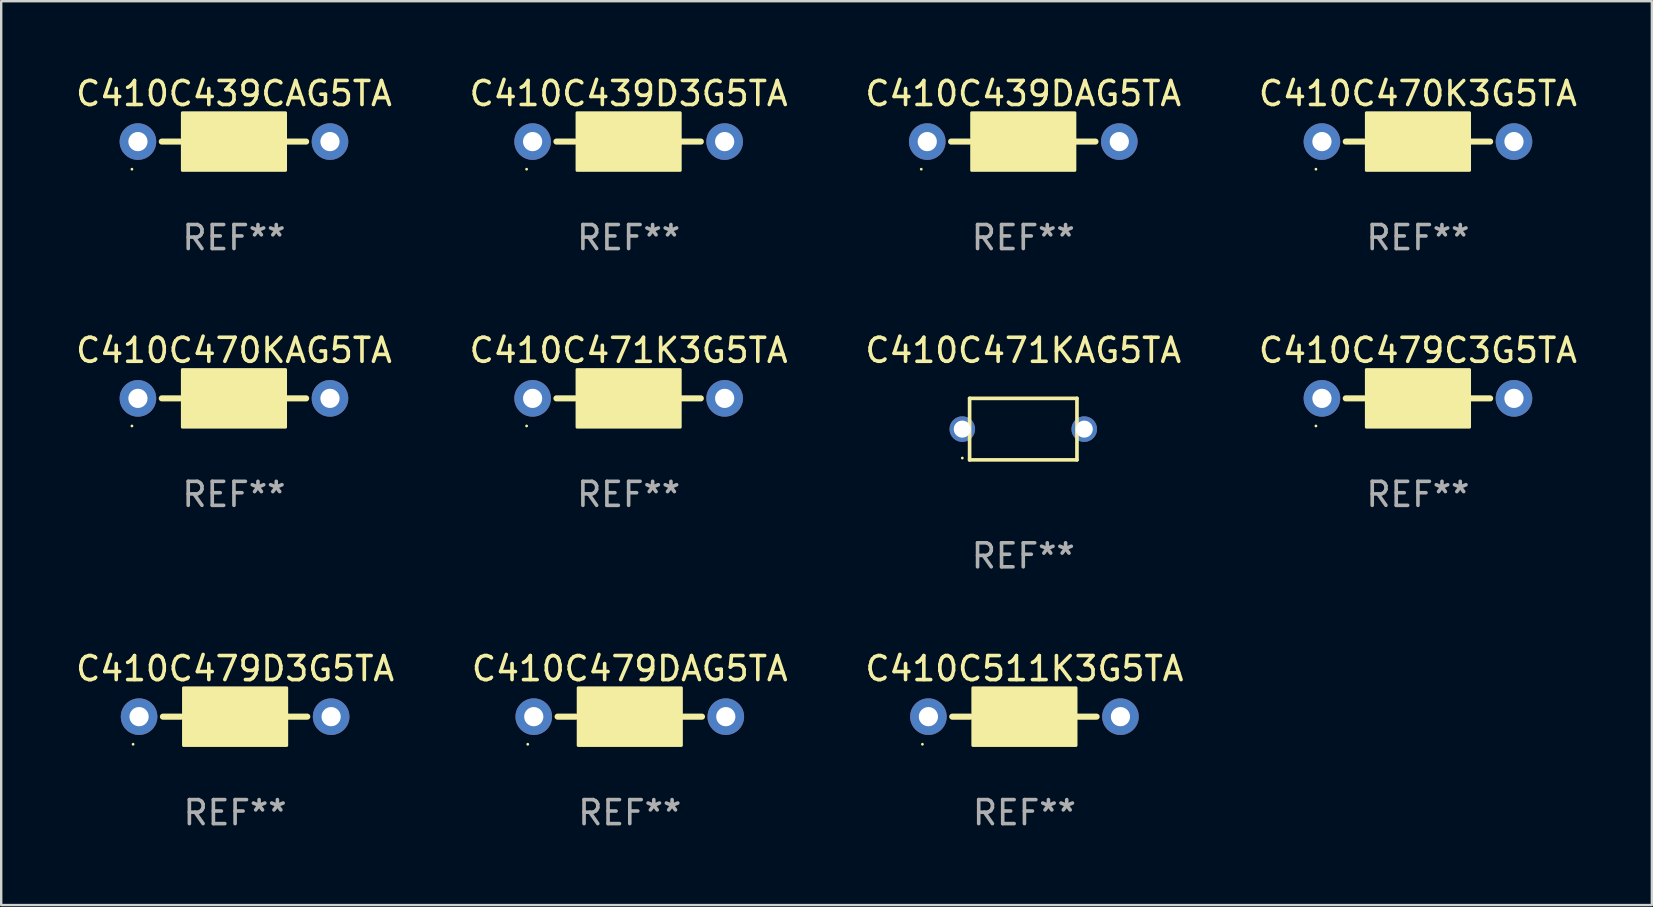
<source format=kicad_pcb>
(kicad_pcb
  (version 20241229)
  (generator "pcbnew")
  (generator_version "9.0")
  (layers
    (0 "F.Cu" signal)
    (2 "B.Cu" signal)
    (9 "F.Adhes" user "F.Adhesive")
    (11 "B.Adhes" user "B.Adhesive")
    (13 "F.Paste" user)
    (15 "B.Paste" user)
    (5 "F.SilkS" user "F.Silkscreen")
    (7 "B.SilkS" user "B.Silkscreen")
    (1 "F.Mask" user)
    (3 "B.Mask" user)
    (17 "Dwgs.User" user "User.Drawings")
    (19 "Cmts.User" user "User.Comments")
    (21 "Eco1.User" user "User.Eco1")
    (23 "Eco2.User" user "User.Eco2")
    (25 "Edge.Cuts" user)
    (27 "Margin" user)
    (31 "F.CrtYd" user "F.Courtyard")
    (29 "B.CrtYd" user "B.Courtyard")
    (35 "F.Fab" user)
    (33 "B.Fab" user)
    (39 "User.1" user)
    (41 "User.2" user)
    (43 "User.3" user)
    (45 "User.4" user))
  (footprint "C410C511K3G5TA"
    (layer "F.Cu")
    (at 39.625 26.804)
    (property "Reference" "C410C511K3G5TA" (at 0 -2 0) (layer "F.SilkS") (effects (font (size 1 1) (thickness 0.15))))
    (attr through_hole)
    (fp_line (start -2.25 0) (end -3.007 0) (stroke (width 0.254) (type solid)) (layer "F.SilkS"))
    (fp_line (start 2.2 0) (end 3.007 0) (stroke (width 0.254) (type solid)) (layer "F.SilkS"))
    (fp_circle (center -4.25 1.15) (end -4.22 1.15) (stroke (width 0.06) (type solid)) (fill no) (layer "F.SilkS"))
    (fp_poly (pts (xy -2.15 -1.2) (xy 2.15 -1.2) (xy 2.15 1.2) (xy -2.15 1.2)) (stroke (width 0.12) (type solid)) (fill yes) (layer "F.SilkS"))
    (fp_text user "REF**" (at 0 4 0) (layer "F.Fab") (effects (font (size 1 1) (thickness 0.15))))
    (pad "1" thru_hole circle (at -4 0) (size 1.524 1.524) (drill 0.8) (layers "*.Cu" "*.Mask"))
    (pad "2" thru_hole circle (at 4 0) (size 1.524 1.524) (drill 0.8) (layers "*.Cu" "*.Mask")))
  (footprint "C410C439DAG5TA"
    (layer "F.Cu")
    (at 39.577 2.848)
    (property "Reference" "C410C439DAG5TA" (at 0 -2 0) (layer "F.SilkS") (effects (font (size 1 1) (thickness 0.15))))
    (attr through_hole)
    (fp_line (start -2.25 0) (end -3.007 0) (stroke (width 0.254) (type solid)) (layer "F.SilkS"))
    (fp_line (start 2.2 0) (end 3.007 0) (stroke (width 0.254) (type solid)) (layer "F.SilkS"))
    (fp_circle (center -4.25 1.15) (end -4.22 1.15) (stroke (width 0.06) (type solid)) (fill no) (layer "F.SilkS"))
    (fp_poly (pts (xy -2.15 -1.2) (xy 2.15 -1.2) (xy 2.15 1.2) (xy -2.15 1.2)) (stroke (width 0.12) (type solid)) (fill yes) (layer "F.SilkS"))
    (fp_text user "REF**" (at 0 4 0) (layer "F.Fab") (effects (font (size 1 1) (thickness 0.15))))
    (pad "1" thru_hole circle (at -4 0) (size 1.524 1.524) (drill 0.8) (layers "*.Cu" "*.Mask"))
    (pad "2" thru_hole circle (at 4 0) (size 1.524 1.524) (drill 0.8) (layers "*.Cu" "*.Mask")))
  (footprint "C410C471K3G5TA"
    (layer "F.Cu")
    (at 23.137 13.545)
    (property "Reference" "C410C471K3G5TA" (at 0 -2 0) (layer "F.SilkS") (effects (font (size 1 1) (thickness 0.15))))
    (attr through_hole)
    (fp_line (start -2.25 0) (end -3.007 0) (stroke (width 0.254) (type solid)) (layer "F.SilkS"))
    (fp_line (start 2.2 0) (end 3.007 0) (stroke (width 0.254) (type solid)) (layer "F.SilkS"))
    (fp_circle (center -4.25 1.15) (end -4.22 1.15) (stroke (width 0.06) (type solid)) (fill no) (layer "F.SilkS"))
    (fp_poly (pts (xy -2.15 -1.2) (xy 2.15 -1.2) (xy 2.15 1.2) (xy -2.15 1.2)) (stroke (width 0.12) (type solid)) (fill yes) (layer "F.SilkS"))
    (fp_text user "REF**" (at 0 4 0) (layer "F.Fab") (effects (font (size 1 1) (thickness 0.15))))
    (pad "1" thru_hole circle (at -4 0) (size 1.524 1.524) (drill 0.8) (layers "*.Cu" "*.Mask"))
    (pad "2" thru_hole circle (at 4 0) (size 1.524 1.524) (drill 0.8) (layers "*.Cu" "*.Mask")))
  (footprint "C410C479D3G5TA"
    (layer "F.Cu")
    (at 6.744 26.804)
    (property "Reference" "C410C479D3G5TA" (at 0 -2 0) (layer "F.SilkS") (effects (font (size 1 1) (thickness 0.15))))
    (attr through_hole)
    (fp_line (start -2.25 0) (end -3.007 0) (stroke (width 0.254) (type solid)) (layer "F.SilkS"))
    (fp_line (start 2.2 0) (end 3.007 0) (stroke (width 0.254) (type solid)) (layer "F.SilkS"))
    (fp_circle (center -4.25 1.15) (end -4.22 1.15) (stroke (width 0.06) (type solid)) (fill no) (layer "F.SilkS"))
    (fp_poly (pts (xy -2.15 -1.2) (xy 2.15 -1.2) (xy 2.15 1.2) (xy -2.15 1.2)) (stroke (width 0.12) (type solid)) (fill yes) (layer "F.SilkS"))
    (fp_text user "REF**" (at 0 4 0) (layer "F.Fab") (effects (font (size 1 1) (thickness 0.15))))
    (pad "1" thru_hole circle (at -4 0) (size 1.524 1.524) (drill 0.8) (layers "*.Cu" "*.Mask"))
    (pad "2" thru_hole circle (at 4 0) (size 1.524 1.524) (drill 0.8) (layers "*.Cu" "*.Mask")))
  (footprint "C410C470KAG5TA"
    (layer "F.Cu")
    (at 6.696 13.545)
    (property "Reference" "C410C470KAG5TA" (at 0 -2 0) (layer "F.SilkS") (effects (font (size 1 1) (thickness 0.15))))
    (attr through_hole)
    (fp_line (start -2.25 0) (end -3.007 0) (stroke (width 0.254) (type solid)) (layer "F.SilkS"))
    (fp_line (start 2.2 0) (end 3.007 0) (stroke (width 0.254) (type solid)) (layer "F.SilkS"))
    (fp_circle (center -4.25 1.15) (end -4.22 1.15) (stroke (width 0.06) (type solid)) (fill no) (layer "F.SilkS"))
    (fp_poly (pts (xy -2.15 -1.2) (xy 2.15 -1.2) (xy 2.15 1.2) (xy -2.15 1.2)) (stroke (width 0.12) (type solid)) (fill yes) (layer "F.SilkS"))
    (fp_text user "REF**" (at 0 4 0) (layer "F.Fab") (effects (font (size 1 1) (thickness 0.15))))
    (pad "1" thru_hole circle (at -4 0) (size 1.524 1.524) (drill 0.8) (layers "*.Cu" "*.Mask"))
    (pad "2" thru_hole circle (at 4 0) (size 1.524 1.524) (drill 0.8) (layers "*.Cu" "*.Mask")))
  (footprint "C410C439CAG5TA"
    (layer "F.Cu")
    (at 6.696 2.848)
    (property "Reference" "C410C439CAG5TA" (at 0 -2 0) (layer "F.SilkS") (effects (font (size 1 1) (thickness 0.15))))
    (attr through_hole)
    (fp_line (start -2.25 0) (end -3.007 0) (stroke (width 0.254) (type solid)) (layer "F.SilkS"))
    (fp_line (start 2.2 0) (end 3.007 0) (stroke (width 0.254) (type solid)) (layer "F.SilkS"))
    (fp_circle (center -4.25 1.15) (end -4.22 1.15) (stroke (width 0.06) (type solid)) (fill no) (layer "F.SilkS"))
    (fp_poly (pts (xy -2.15 -1.2) (xy 2.15 -1.2) (xy 2.15 1.2) (xy -2.15 1.2)) (stroke (width 0.12) (type solid)) (fill yes) (layer "F.SilkS"))
    (fp_text user "REF**" (at 0 4 0) (layer "F.Fab") (effects (font (size 1 1) (thickness 0.15))))
    (pad "1" thru_hole circle (at -4 0) (size 1.524 1.524) (drill 0.8) (layers "*.Cu" "*.Mask"))
    (pad "2" thru_hole circle (at 4 0) (size 1.524 1.524) (drill 0.8) (layers "*.Cu" "*.Mask")))
  (footprint "C410C479C3G5TA"
    (layer "F.Cu")
    (at 56.018 13.545)
    (property "Reference" "C410C479C3G5TA" (at 0 -2 0) (layer "F.SilkS") (effects (font (size 1 1) (thickness 0.15))))
    (attr through_hole)
    (fp_line (start -2.25 0) (end -3.007 0) (stroke (width 0.254) (type solid)) (layer "F.SilkS"))
    (fp_line (start 2.2 0) (end 3.007 0) (stroke (width 0.254) (type solid)) (layer "F.SilkS"))
    (fp_circle (center -4.25 1.15) (end -4.22 1.15) (stroke (width 0.06) (type solid)) (fill no) (layer "F.SilkS"))
    (fp_poly (pts (xy -2.15 -1.2) (xy 2.15 -1.2) (xy 2.15 1.2) (xy -2.15 1.2)) (stroke (width 0.12) (type solid)) (fill yes) (layer "F.SilkS"))
    (fp_text user "REF**" (at 0 4 0) (layer "F.Fab") (effects (font (size 1 1) (thickness 0.15))))
    (pad "1" thru_hole circle (at -4 0) (size 1.524 1.524) (drill 0.8) (layers "*.Cu" "*.Mask"))
    (pad "2" thru_hole circle (at 4 0) (size 1.524 1.524) (drill 0.8) (layers "*.Cu" "*.Mask")))
  (footprint "C410C470K3G5TA"
    (layer "F.Cu")
    (at 56.018 2.848)
    (property "Reference" "C410C470K3G5TA" (at 0 -2 0) (layer "F.SilkS") (effects (font (size 1 1) (thickness 0.15))))
    (attr through_hole)
    (fp_line (start -2.25 0) (end -3.007 0) (stroke (width 0.254) (type solid)) (layer "F.SilkS"))
    (fp_line (start 2.2 0) (end 3.007 0) (stroke (width 0.254) (type solid)) (layer "F.SilkS"))
    (fp_circle (center -4.25 1.15) (end -4.22 1.15) (stroke (width 0.06) (type solid)) (fill no) (layer "F.SilkS"))
    (fp_poly (pts (xy -2.15 -1.2) (xy 2.15 -1.2) (xy 2.15 1.2) (xy -2.15 1.2)) (stroke (width 0.12) (type solid)) (fill yes) (layer "F.SilkS"))
    (fp_text user "REF**" (at 0 4 0) (layer "F.Fab") (effects (font (size 1 1) (thickness 0.15))))
    (pad "1" thru_hole circle (at -4 0) (size 1.524 1.524) (drill 0.8) (layers "*.Cu" "*.Mask"))
    (pad "2" thru_hole circle (at 4 0) (size 1.524 1.524) (drill 0.8) (layers "*.Cu" "*.Mask")))
  (footprint "C410C479DAG5TA"
    (layer "F.Cu")
    (at 23.185 26.804)
    (property "Reference" "C410C479DAG5TA" (at 0 -2 0) (layer "F.SilkS") (effects (font (size 1 1) (thickness 0.15))))
    (attr through_hole)
    (fp_line (start -2.25 0) (end -3.007 0) (stroke (width 0.254) (type solid)) (layer "F.SilkS"))
    (fp_line (start 2.2 0) (end 3.007 0) (stroke (width 0.254) (type solid)) (layer "F.SilkS"))
    (fp_circle (center -4.25 1.15) (end -4.22 1.15) (stroke (width 0.06) (type solid)) (fill no) (layer "F.SilkS"))
    (fp_poly (pts (xy -2.15 -1.2) (xy 2.15 -1.2) (xy 2.15 1.2) (xy -2.15 1.2)) (stroke (width 0.12) (type solid)) (fill yes) (layer "F.SilkS"))
    (fp_text user "REF**" (at 0 4 0) (layer "F.Fab") (effects (font (size 1 1) (thickness 0.15))))
    (pad "1" thru_hole circle (at -4 0) (size 1.524 1.524) (drill 0.8) (layers "*.Cu" "*.Mask"))
    (pad "2" thru_hole circle (at 4 0) (size 1.524 1.524) (drill 0.8) (layers "*.Cu" "*.Mask")))
  (footprint "C410C439D3G5TA"
    (layer "F.Cu")
    (at 23.137 2.848)
    (property "Reference" "C410C439D3G5TA" (at 0 -2 0) (layer "F.SilkS") (effects (font (size 1 1) (thickness 0.15))))
    (attr through_hole)
    (fp_line (start -2.25 0) (end -3.007 0) (stroke (width 0.254) (type solid)) (layer "F.SilkS"))
    (fp_line (start 2.2 0) (end 3.007 0) (stroke (width 0.254) (type solid)) (layer "F.SilkS"))
    (fp_circle (center -4.25 1.15) (end -4.22 1.15) (stroke (width 0.06) (type solid)) (fill no) (layer "F.SilkS"))
    (fp_poly (pts (xy -2.15 -1.2) (xy 2.15 -1.2) (xy 2.15 1.2) (xy -2.15 1.2)) (stroke (width 0.12) (type solid)) (fill yes) (layer "F.SilkS"))
    (fp_text user "REF**" (at 0 4 0) (layer "F.Fab") (effects (font (size 1 1) (thickness 0.15))))
    (pad "1" thru_hole circle (at -4 0) (size 1.524 1.524) (drill 0.8) (layers "*.Cu" "*.Mask"))
    (pad "2" thru_hole circle (at 4 0) (size 1.524 1.524) (drill 0.8) (layers "*.Cu" "*.Mask")))
  (footprint "C410C471KAG5TA"
    (layer "F.Cu")
    (at 39.577 14.826)
    (property "Reference" "C410C471KAG5TA" (at 0 -3.281 0) (layer "F.SilkS") (effects (font (size 1 1) (thickness 0.15))))
    (attr through_hole)
    (fp_line (start -2.236 -1.281) (end 2.236 -1.281) (stroke (width 0.152) (type solid)) (layer "F.SilkS"))
    (fp_line (start -2.236 1.281) (end -2.236 -1.281) (stroke (width 0.152) (type solid)) (layer "F.SilkS"))
    (fp_line (start 2.236 -1.281) (end 2.236 1.281) (stroke (width 0.152) (type solid)) (layer "F.SilkS"))
    (fp_line (start 2.236 1.281) (end -2.236 1.281) (stroke (width 0.152) (type solid)) (layer "F.SilkS"))
    (fp_circle (center -2.54 1.205) (end -2.51 1.205) (stroke (width 0.06) (type solid)) (fill no) (layer "F.SilkS"))
    (fp_text user "REF**" (at 0 5.281 0) (layer "F.Fab") (effects (font (size 1 1) (thickness 0.15))))
    (pad "1" thru_hole circle (at -2.54 0) (size 1.065 1.065) (drill 0.71) (layers "*.Cu" "*.Mask"))
    (pad "2" thru_hole circle (at 2.54 0) (size 1.065 1.065) (drill 0.71) (layers "*.Cu" "*.Mask")))
  (gr_rect
    (start -3 -3)
    (end 65.762 34.652)
    (stroke (width 0.1) (type default))
    (fill no)
    (layer "Edge.Cuts")))
</source>
